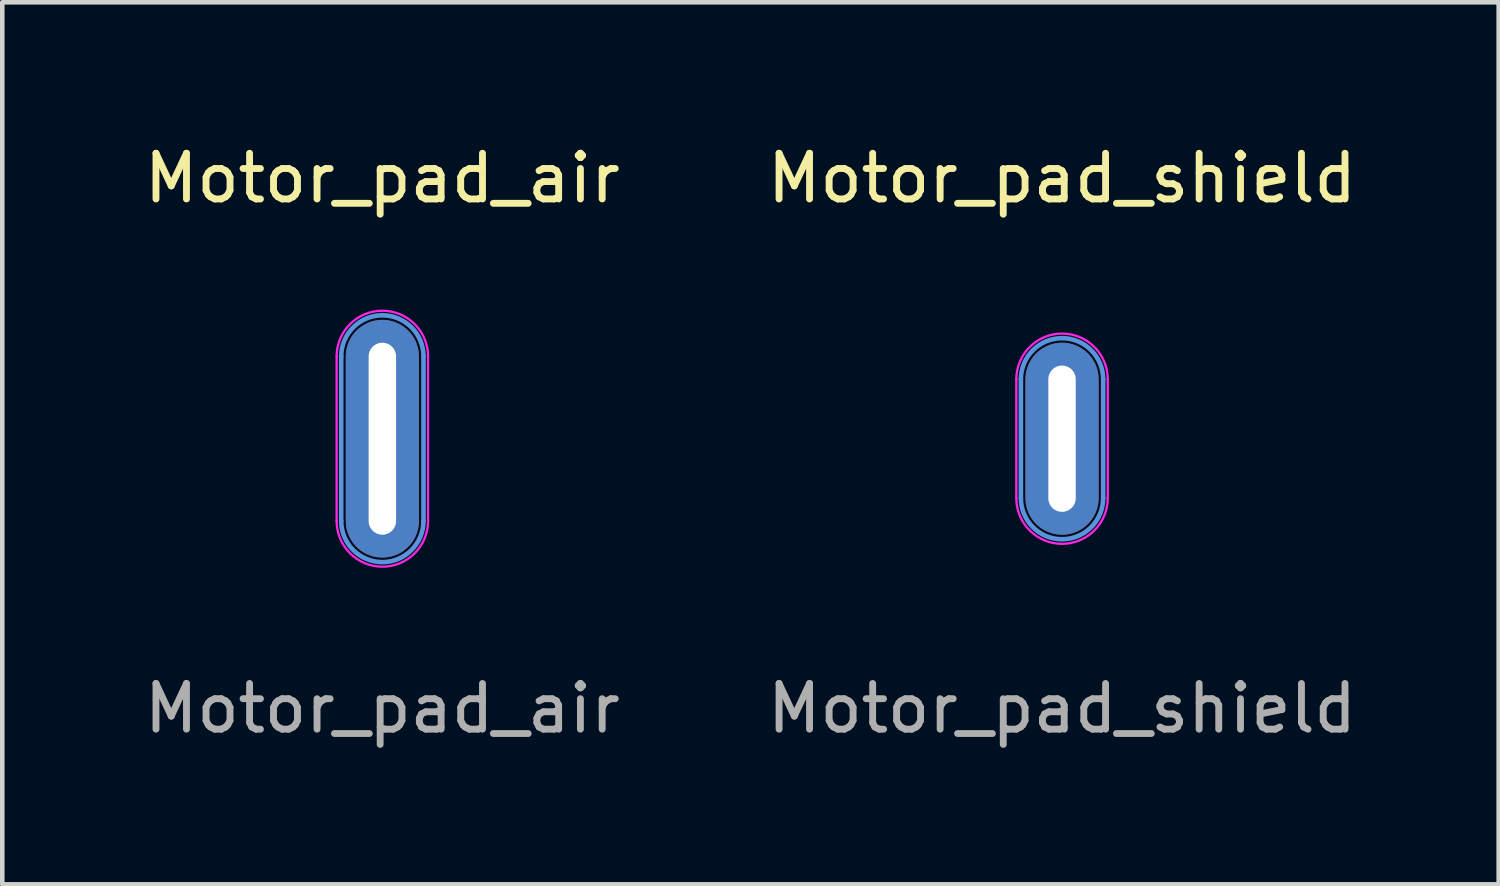
<source format=kicad_pcb>
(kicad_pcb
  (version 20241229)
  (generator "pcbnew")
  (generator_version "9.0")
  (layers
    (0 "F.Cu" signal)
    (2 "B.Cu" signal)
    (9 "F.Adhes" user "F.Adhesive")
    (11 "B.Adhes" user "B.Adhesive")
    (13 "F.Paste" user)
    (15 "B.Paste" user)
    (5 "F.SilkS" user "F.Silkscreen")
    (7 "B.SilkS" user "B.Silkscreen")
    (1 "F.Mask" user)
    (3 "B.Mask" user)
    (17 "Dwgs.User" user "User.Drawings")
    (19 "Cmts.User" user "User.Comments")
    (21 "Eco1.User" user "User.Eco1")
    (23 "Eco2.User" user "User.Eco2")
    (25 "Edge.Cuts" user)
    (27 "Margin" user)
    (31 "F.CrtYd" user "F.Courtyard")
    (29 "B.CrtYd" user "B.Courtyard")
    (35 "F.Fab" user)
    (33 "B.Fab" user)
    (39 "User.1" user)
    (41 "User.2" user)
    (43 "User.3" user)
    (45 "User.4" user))
  (footprint "Motor_pad_air"
    (layer "F.Cu")
    (at 5.315 6.548)
    (property "Reference" "Motor_pad_air" (at 0 -5.7 0) (layer "F.SilkS") (effects (font (size 1 1) (thickness 0.15))))
    (attr exclude_from_pos_files exclude_from_bom)
    (fp_line (start -0.9 1.8) (end -0.9 -1.8) (stroke (width 0.1) (type default)) (layer "Cmts.User"))
    (fp_line (start 0.9 -1.8) (end 0.9 1.8) (stroke (width 0.1) (type default)) (layer "Cmts.User"))
    (fp_arc (start -0.9 -1.8) (mid 0 -2.7) (end 0.9 -1.8) (stroke (width 0.1) (type default)) (layer "Cmts.User"))
    (fp_arc (start 0.9 1.8) (mid 0 2.7) (end -0.9 1.8) (stroke (width 0.1) (type default)) (layer "Cmts.User"))
    (fp_line (start -1 1.8) (end -1 -1.8) (stroke (width 0.05) (type default)) (layer "F.CrtYd"))
    (fp_line (start 1 -1.8) (end 1 1.8) (stroke (width 0.05) (type default)) (layer "F.CrtYd"))
    (fp_arc (start -1 -1.8) (mid 0 -2.8) (end 1 -1.8) (stroke (width 0.05) (type default)) (layer "F.CrtYd"))
    (fp_arc (start 1 1.8) (mid 0 2.8) (end -1 1.8) (stroke (width 0.05) (type default)) (layer "F.CrtYd"))
    (fp_text user "${REFERENCE}" (at 0 5.9 0) (layer "F.Fab") (effects (font (size 1 1) (thickness 0.15))))
    (pad "1" thru_hole oval (at 0 0) (size 1.6 5.2) (drill oval 0.6 4.2) (property pad_prop_castellated) (layers "*.Cu" "*.Mask")))
  (footprint "Motor_pad_shield"
    (layer "F.Cu")
    (at 20.185 6.548)
    (property "Reference" "Motor_pad_shield" (at 0 -5.7 0) (layer "F.SilkS") (effects (font (size 1 1) (thickness 0.15))))
    (attr exclude_from_pos_files exclude_from_bom)
    (fp_line (start -0.9 1.3) (end -0.9 -1.3) (stroke (width 0.1) (type default)) (layer "Cmts.User"))
    (fp_line (start 0.9 -1.3) (end 0.9 1.3) (stroke (width 0.1) (type default)) (layer "Cmts.User"))
    (fp_arc (start -0.9 -1.3) (mid 0 -2.2) (end 0.9 -1.3) (stroke (width 0.1) (type default)) (layer "Cmts.User"))
    (fp_arc (start 0.9 1.3) (mid 0 2.2) (end -0.9 1.3) (stroke (width 0.1) (type default)) (layer "Cmts.User"))
    (fp_line (start -1 1.3) (end -1 -1.3) (stroke (width 0.05) (type default)) (layer "F.CrtYd"))
    (fp_line (start 1 -1.3) (end 1 1.3) (stroke (width 0.05) (type default)) (layer "F.CrtYd"))
    (fp_arc (start -1 -1.3) (mid 0 -2.3) (end 1 -1.3) (stroke (width 0.05) (type default)) (layer "F.CrtYd"))
    (fp_arc (start 1 1.3) (mid 0 2.3) (end -1 1.3) (stroke (width 0.05) (type default)) (layer "F.CrtYd"))
    (fp_text user "${REFERENCE}" (at 0 5.9 0) (layer "F.Fab") (effects (font (size 1 1) (thickness 0.15))))
    (pad "1" thru_hole oval (at 0 0) (size 1.6 4.2) (drill oval 0.6 3.2) (property pad_prop_castellated) (layers "*.Cu" "*.Mask")))
  (gr_rect
    (start -3 -3)
    (end 29.738 16.297)
    (stroke (width 0.1) (type default))
    (fill no)
    (layer "Edge.Cuts")))
</source>
